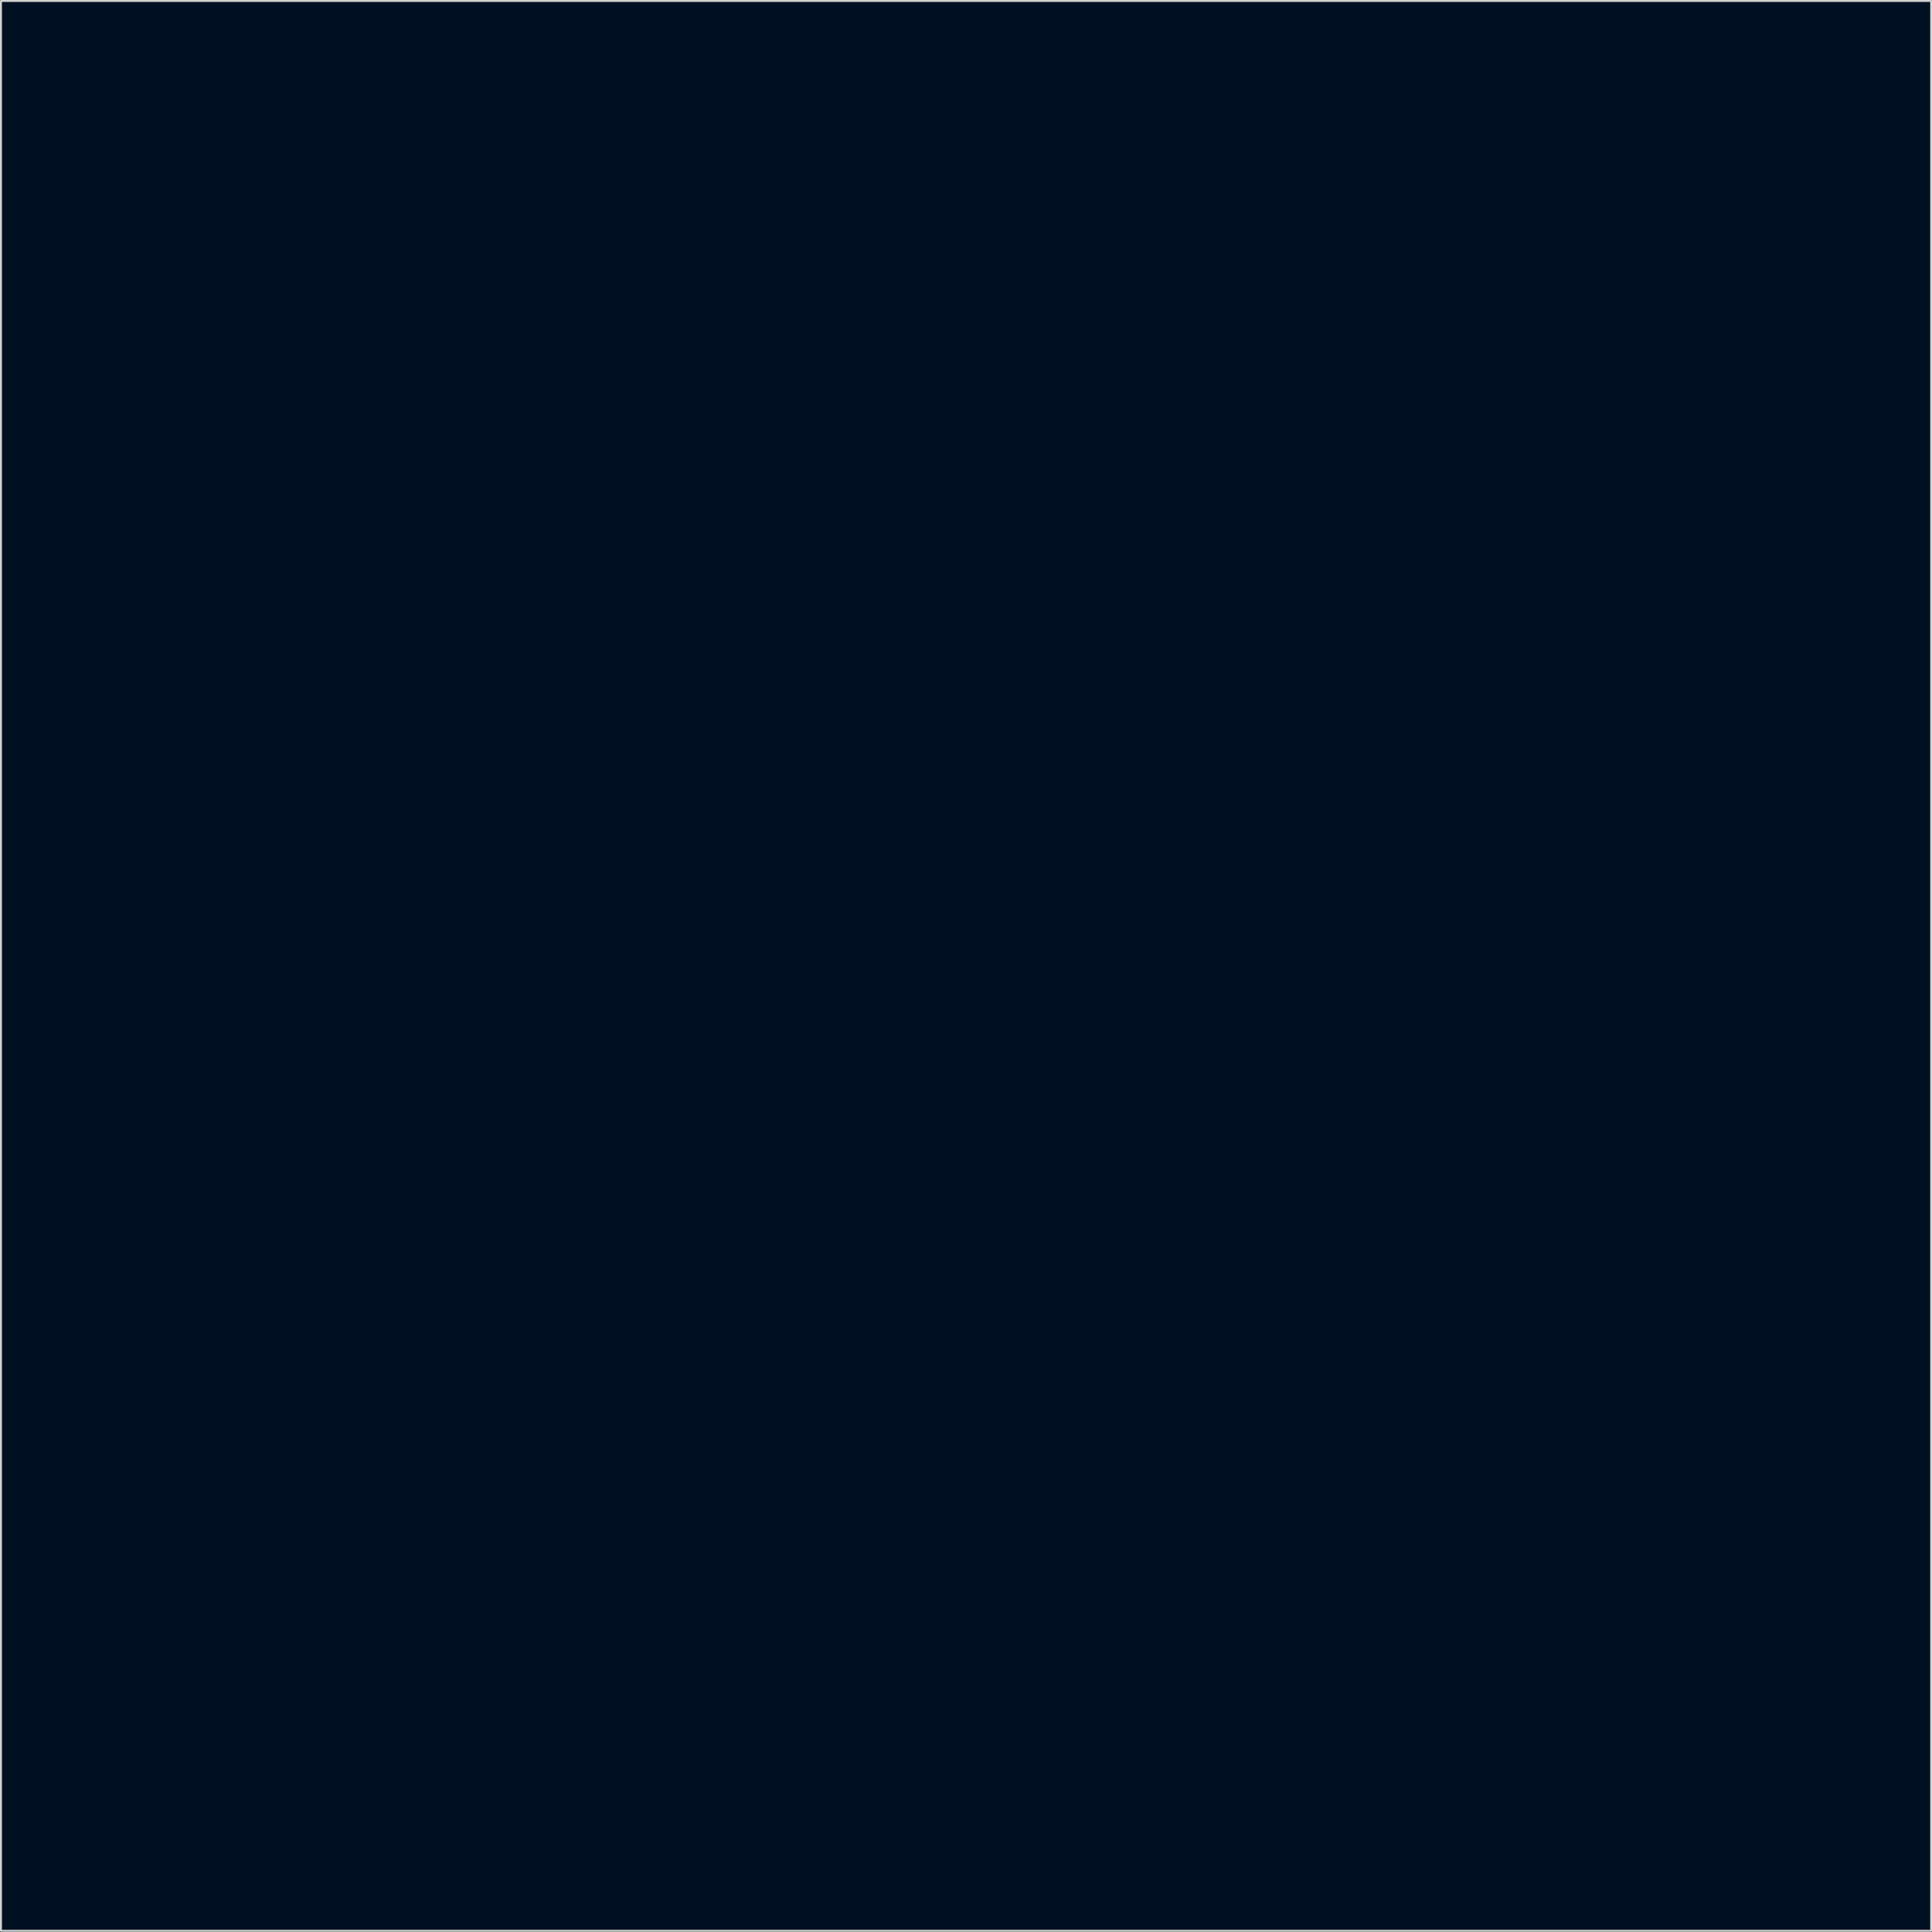
<source format=kicad_pcb>
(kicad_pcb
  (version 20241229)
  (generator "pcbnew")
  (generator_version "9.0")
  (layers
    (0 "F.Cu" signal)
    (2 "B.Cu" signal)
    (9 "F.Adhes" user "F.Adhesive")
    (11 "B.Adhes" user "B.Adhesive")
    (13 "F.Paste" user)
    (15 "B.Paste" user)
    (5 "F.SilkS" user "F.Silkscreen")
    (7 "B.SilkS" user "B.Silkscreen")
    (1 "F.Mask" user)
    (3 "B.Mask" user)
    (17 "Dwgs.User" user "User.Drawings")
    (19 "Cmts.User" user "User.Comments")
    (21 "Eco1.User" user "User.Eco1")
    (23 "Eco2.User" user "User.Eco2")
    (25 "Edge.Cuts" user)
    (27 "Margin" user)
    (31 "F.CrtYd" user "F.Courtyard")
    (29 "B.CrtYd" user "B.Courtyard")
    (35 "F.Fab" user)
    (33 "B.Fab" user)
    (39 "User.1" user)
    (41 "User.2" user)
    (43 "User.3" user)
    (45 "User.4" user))
  (footprint "Drear_Jeebus - Back Solder Mask"
    (layer "F.Cu")
    (at 47.156 47.166)
    (property "Reference" "Drear_Jeebus - Back Solder Mask" (at 0 0 0) (layer "B.Mask") (effects (font (size 1.5 1.5) (thickness 0.3))))
    (attr board_only exclude_from_pos_files exclude_from_bom)
    (fp_poly (pts (xy 4.117 -46.771) (xy 5.037 -46.358) (xy 5.856 -46.09) (xy 6.603 -45.959) (xy 6.969 -45.943) (xy 7.355 -45.951) (xy 7.614 -45.991) (xy 7.822 -46.088) (xy 8.056 -46.264) (xy 8.096 -46.297) (xy 8.338 -46.493) (xy 8.511 -46.621) (xy 8.565 -46.651) (xy 8.673 -46.607) (xy 8.9 -46.495) (xy 9.086 -46.398) (xy 9.393 -46.253) (xy 9.653 -46.162) (xy 9.752 -46.145) (xy 9.94 -46.101) (xy 10.236 -45.987) (xy 10.512 -45.857) (xy 10.869 -45.69) (xy 11.202 -45.555) (xy 11.384 -45.497) (xy 11.616 -45.423) (xy 11.969 -45.292) (xy 12.379 -45.128) (xy 12.519 -45.068) (xy 12.937 -44.896) (xy 13.25 -44.795) (xy 13.536 -44.75) (xy 13.872 -44.747) (xy 14.189 -44.763) (xy 14.673 -44.8) (xy 15.162 -44.852) (xy 15.557 -44.909) (xy 15.584 -44.914) (xy 16.14 -45.013) (xy 16.533 -45.077) (xy 16.799 -45.108) (xy 16.975 -45.108) (xy 17.097 -45.083) (xy 17.173 -45.048) (xy 17.349 -44.863) (xy 17.518 -44.531) (xy 17.663 -44.104) (xy 17.767 -43.636) (xy 17.81 -43.182) (xy 17.81 -43.142) (xy 17.839 -42.71) (xy 17.914 -42.274) (xy 17.971 -42.068) (xy 18.055 -41.767) (xy 18.081 -41.488) (xy 18.049 -41.143) (xy 18.012 -40.911) (xy 17.936 -40.467) (xy 17.863 -40.02) (xy 17.818 -39.737) (xy 17.701 -39.317) (xy 17.49 -39.035) (xy 17.482 -39.028) (xy 17.245 -38.705) (xy 17.158 -38.404) (xy 17.1 -38.04) (xy 17.042 -37.694) (xy 17.037 -37.664) (xy 17.031 -37.374) (xy 17.161 -37.134) (xy 17.217 -37.071) (xy 17.537 -36.799) (xy 17.87 -36.693) (xy 18.278 -36.737) (xy 18.414 -36.774) (xy 18.782 -36.899) (xy 19.13 -37.041) (xy 19.229 -37.089) (xy 19.595 -37.201) (xy 20.058 -37.237) (xy 20.542 -37.202) (xy 20.97 -37.1) (xy 21.222 -36.973) (xy 21.451 -36.767) (xy 21.518 -36.585) (xy 21.416 -36.397) (xy 21.138 -36.173) (xy 20.997 -36.08) (xy 20.649 -35.829) (xy 20.489 -35.626) (xy 20.517 -35.444) (xy 20.734 -35.257) (xy 20.998 -35.109) (xy 21.321 -34.907) (xy 21.588 -34.676) (xy 21.687 -34.552) (xy 21.825 -34.33) (xy 22.035 -33.997) (xy 22.277 -33.614) (xy 22.36 -33.483) (xy 22.625 -33.037) (xy 22.788 -32.684) (xy 22.874 -32.359) (xy 22.898 -32.167) (xy 23.003 -31.448) (xy 23.174 -30.917) (xy 23.368 -30.621) (xy 23.546 -30.344) (xy 23.537 -30.074) (xy 23.338 -29.785) (xy 23.224 -29.677) (xy 23.012 -29.46) (xy 22.886 -29.274) (xy 22.87 -29.217) (xy 22.955 -29.112) (xy 23.164 -28.977) (xy 23.43 -28.849) (xy 23.685 -28.76) (xy 23.816 -28.739) (xy 23.979 -28.666) (xy 24.223 -28.474) (xy 24.505 -28.204) (xy 24.783 -27.9) (xy 25.014 -27.603) (xy 25.098 -27.47) (xy 25.314 -27.142) (xy 25.548 -26.928) (xy 25.885 -26.755) (xy 25.945 -26.729) (xy 26.4 -26.498) (xy 26.752 -26.236) (xy 26.968 -25.973) (xy 27.019 -25.794) (xy 26.937 -25.571) (xy 26.73 -25.316) (xy 26.458 -25.085) (xy 26.18 -24.929) (xy 26.019 -24.894) (xy 25.8 -24.846) (xy 25.599 -24.731) (xy 25.469 -24.592) (xy 25.461 -24.472) (xy 25.489 -24.446) (xy 25.634 -24.384) (xy 25.908 -24.285) (xy 26.188 -24.193) (xy 26.616 -24.034) (xy 27.14 -23.808) (xy 27.685 -23.549) (xy 28.18 -23.292) (xy 28.531 -23.085) (xy 28.808 -22.927) (xy 29.11 -22.814) (xy 29.475 -22.738) (xy 29.943 -22.693) (xy 30.551 -22.672) (xy 30.994 -22.669) (xy 31.586 -22.666) (xy 32.017 -22.655) (xy 32.329 -22.631) (xy 32.563 -22.588) (xy 32.762 -22.522) (xy 32.966 -22.427) (xy 32.979 -22.42) (xy 33.372 -22.155) (xy 33.788 -21.771) (xy 34.162 -21.33) (xy 34.409 -20.947) (xy 34.589 -20.478) (xy 34.715 -19.893) (xy 34.777 -19.27) (xy 34.77 -18.685) (xy 34.695 -18.254) (xy 34.521 -17.832) (xy 34.274 -17.454) (xy 33.987 -17.149) (xy 33.692 -16.947) (xy 33.422 -16.876) (xy 33.25 -16.932) (xy 33.151 -17.035) (xy 33.131 -17.183) (xy 33.183 -17.442) (xy 33.201 -17.509) (xy 33.271 -17.855) (xy 33.33 -18.298) (xy 33.362 -18.671) (xy 33.373 -19.089) (xy 33.341 -19.377) (xy 33.255 -19.607) (xy 33.197 -19.708) (xy 32.993 -20.037) (xy 32.127 -20.037) (xy 31.622 -20.023) (xy 31.255 -19.974) (xy 30.963 -19.881) (xy 30.861 -19.832) (xy 30.618 -19.69) (xy 30.476 -19.569) (xy 30.46 -19.535) (xy 30.39 -19.422) (xy 30.201 -19.203) (xy 29.922 -18.906) (xy 29.584 -18.562) (xy 29.217 -18.2) (xy 28.85 -17.85) (xy 28.515 -17.542) (xy 28.242 -17.304) (xy 28.059 -17.168) (xy 28.041 -17.158) (xy 27.762 -17.067) (xy 27.39 -17.01) (xy 27.181 -17.001) (xy 26.67 -16.96) (xy 26.295 -16.844) (xy 26.082 -16.662) (xy 26.062 -16.62) (xy 26.06 -16.439) (xy 26.21 -16.256) (xy 26.529 -16.053) (xy 26.77 -15.932) (xy 27.245 -15.656) (xy 27.607 -15.343) (xy 27.839 -15.02) (xy 27.923 -14.713) (xy 27.842 -14.449) (xy 27.794 -14.393) (xy 27.691 -14.316) (xy 27.559 -14.3) (xy 27.346 -14.35) (xy 26.999 -14.47) (xy 26.185 -14.668) (xy 25.347 -14.686) (xy 24.834 -14.603) (xy 24.489 -14.486) (xy 24.18 -14.323) (xy 23.96 -14.147) (xy 23.885 -14.009) (xy 23.971 -13.887) (xy 24.194 -13.756) (xy 24.49 -13.641) (xy 24.797 -13.571) (xy 24.94 -13.56) (xy 25.183 -13.527) (xy 25.387 -13.397) (xy 25.602 -13.155) (xy 25.848 -12.889) (xy 26.069 -12.769) (xy 26.223 -12.751) (xy 26.461 -12.704) (xy 26.632 -12.531) (xy 26.695 -12.422) (xy 26.914 -12.104) (xy 27.28 -11.691) (xy 27.776 -11.202) (xy 28.382 -10.657) (xy 28.517 -10.541) (xy 28.917 -10.165) (xy 29.224 -9.779) (xy 29.504 -9.297) (xy 29.552 -9.202) (xy 29.735 -8.815) (xy 29.874 -8.475) (xy 29.947 -8.236) (xy 29.954 -8.185) (xy 30.027 -8.004) (xy 30.235 -7.713) (xy 30.56 -7.334) (xy 30.738 -7.143) (xy 31.095 -6.759) (xy 31.341 -6.462) (xy 31.51 -6.199) (xy 31.636 -5.916) (xy 31.753 -5.564) (xy 31.864 -5.163) (xy 31.945 -4.806) (xy 31.98 -4.562) (xy 31.98 -4.542) (xy 32.036 -4.327) (xy 32.187 -4.007) (xy 32.408 -3.635) (xy 32.445 -3.581) (xy 33.013 -2.653) (xy 33.487 -1.713) (xy 33.846 -0.809) (xy 34.051 -0.067) (xy 34.151 0.158) (xy 34.351 0.452) (xy 34.563 0.703) (xy 34.773 0.931) (xy 34.959 1.146) (xy 35.144 1.378) (xy 35.351 1.658) (xy 35.601 2.014) (xy 35.916 2.479) (xy 36.32 3.081) (xy 36.337 3.107) (xy 36.67 3.6) (xy 36.928 3.958) (xy 37.145 4.219) (xy 37.353 4.416) (xy 37.586 4.588) (xy 37.879 4.77) (xy 37.884 4.773) (xy 38.535 5.183) (xy 39.03 5.551) (xy 39.4 5.911) (xy 39.675 6.298) (xy 39.886 6.746) (xy 40.019 7.134) (xy 40.195 7.596) (xy 40.448 8.043) (xy 40.81 8.525) (xy 41.186 8.956) (xy 41.522 9.381) (xy 41.872 9.919) (xy 42.194 10.495) (xy 42.445 11.036) (xy 42.534 11.283) (xy 42.645 11.655) (xy 42.732 11.987) (xy 42.798 12.312) (xy 42.844 12.664) (xy 42.875 13.076) (xy 42.894 13.58) (xy 42.904 14.21) (xy 42.907 14.998) (xy 42.907 15.298) (xy 42.91 16.178) (xy 42.918 16.872) (xy 42.934 17.398) (xy 42.957 17.772) (xy 42.989 18.013) (xy 43.029 18.135) (xy 43.033 18.141) (xy 43.177 18.259) (xy 43.455 18.433) (xy 43.818 18.633) (xy 44.001 18.726) (xy 44.9 19.269) (xy 45.687 19.938) (xy 46.337 20.704) (xy 46.823 21.541) (xy 46.961 21.875) (xy 47.053 22.178) (xy 47.112 22.517) (xy 47.145 22.945) (xy 47.157 23.513) (xy 47.157 23.653) (xy 47.157 24.893) (xy 46.784 25.306) (xy 46.374 25.697) (xy 45.953 25.944) (xy 45.461 26.072) (xy 44.859 26.107) (xy 44.332 26.083) (xy 43.846 25.999) (xy 43.301 25.837) (xy 43.211 25.806) (xy 42.775 25.663) (xy 42.488 25.592) (xy 42.315 25.586) (xy 42.228 25.631) (xy 42.149 25.754) (xy 41.996 26.032) (xy 41.783 26.436) (xy 41.525 26.939) (xy 41.237 27.513) (xy 41.091 27.806) (xy 40.755 28.482) (xy 40.488 29.007) (xy 40.268 29.41) (xy 40.079 29.724) (xy 39.899 29.978) (xy 39.711 30.204) (xy 39.494 30.433) (xy 39.367 30.559) (xy 38.777 31.11) (xy 38.259 31.521) (xy 37.773 31.82) (xy 37.279 32.033) (xy 37.166 32.071) (xy 36.818 32.187) (xy 36.493 32.307) (xy 36.128 32.455) (xy 35.664 32.656) (xy 35.444 32.753) (xy 34.915 32.929) (xy 34.211 33.072) (xy 33.545 33.157) (xy 33.231 33.176) (xy 33.02 33.131) (xy 32.819 32.991) (xy 32.66 32.842) (xy 32.428 32.575) (xy 32.265 32.31) (xy 32.226 32.201) (xy 32.148 31.937) (xy 32.021 31.606) (xy 31.972 31.494) (xy 31.854 31.208) (xy 31.784 30.987) (xy 31.775 30.93) (xy 31.707 30.776) (xy 31.54 30.578) (xy 31.52 30.559) (xy 31.323 30.403) (xy 31.145 30.377) (xy 30.931 30.44) (xy 30.632 30.525) (xy 30.374 30.561) (xy 30.369 30.561) (xy 30.163 30.594) (xy 29.828 30.682) (xy 29.424 30.804) (xy 29.01 30.942) (xy 28.648 31.077) (xy 28.396 31.19) (xy 28.199 31.274) (xy 27.905 31.361) (xy 27.48 31.458) (xy 26.89 31.575) (xy 26.867 31.579) (xy 25.716 31.811) (xy 24.995 31.978) (xy 24.587 32.074) (xy 24.16 32.165) (xy 24.084 32.18) (xy 23.676 32.266) (xy 23.25 32.364) (xy 23.174 32.382) (xy 22.771 32.477) (xy 22.338 32.571) (xy 22.238 32.591) (xy 21.834 32.671) (xy 21.385 32.759) (xy 21.226 32.79) (xy 20.925 32.844) (xy 20.48 32.915) (xy 19.946 32.995) (xy 19.379 33.076) (xy 19.278 33.09) (xy 18.689 33.175) (xy 18.245 33.254) (xy 17.889 33.343) (xy 17.563 33.458) (xy 17.211 33.615) (xy 16.9 33.768) (xy 16.223 34.116) (xy 15.699 34.406) (xy 15.293 34.659) (xy 14.972 34.894) (xy 14.825 35.018) (xy 14.612 35.183) (xy 14.276 35.416) (xy 13.869 35.682) (xy 13.56 35.875) (xy 12.358 36.665) (xy 11.271 37.507) (xy 10.21 38.47) (xy 10.158 38.521) (xy 9.738 38.942) (xy 9.428 39.29) (xy 9.181 39.625) (xy 8.955 40.006) (xy 8.716 40.472) (xy 8.509 40.904) (xy 8.341 41.284) (xy 8.231 41.566) (xy 8.197 41.699) (xy 8.135 41.886) (xy 7.979 42.133) (xy 7.919 42.21) (xy 7.64 42.54) (xy 7.59 44.543) (xy 7.539 46.546) (xy 7.258 46.826) (xy 6.978 47.106) (xy 0.175 47.126) (xy -0.985 47.129) (xy -2.088 47.128) (xy -3.118 47.126) (xy -4.057 47.121) (xy -4.888 47.114) (xy -5.594 47.105) (xy -6.157 47.095) (xy -6.561 47.083) (xy -6.789 47.069) (xy -6.831 47.062) (xy -7.05 46.924) (xy -7.235 46.754) (xy -7.311 46.652) (xy -7.367 46.52) (xy -7.406 46.323) (xy -7.433 46.031) (xy -7.452 45.609) (xy -7.467 45.026) (xy -7.47 44.852) (xy -7.503 43.175) (xy -7.947 42.609) (xy -8.183 42.345) (xy -8.539 41.994) (xy -8.973 41.593) (xy -9.446 41.18) (xy -9.682 40.982) (xy -10.158 40.589) (xy -10.616 40.205) (xy -11.018 39.864) (xy -11.324 39.6) (xy -11.431 39.504) (xy -11.845 39.163) (xy -12.387 38.767) (xy -13.007 38.351) (xy -13.652 37.949) (xy -14.228 37.62) (xy -14.641 37.394) (xy -15.055 37.162) (xy -15.38 36.975) (xy -15.382 36.974) (xy -15.779 36.77) (xy -16.313 36.539) (xy -16.949 36.291) (xy -17.655 36.038) (xy -18.395 35.79) (xy -19.137 35.558) (xy -19.845 35.353) (xy -20.485 35.185) (xy -21.025 35.066) (xy -21.43 35.006) (xy -21.58 35.002) (xy -22.268 35.032) (xy -22.854 35.035) (xy -23.436 35.01) (xy -23.933 34.971) (xy -24.33 34.941) (xy -24.878 34.908) (xy -25.526 34.874) (xy -26.222 34.842) (xy -26.867 34.816) (xy -27.514 34.787) (xy -28.114 34.75) (xy -28.631 34.708) (xy -29.025 34.665) (xy -29.259 34.624) (xy -29.27 34.62) (xy -29.658 34.4) (xy -29.884 34.153) (xy -30.113 33.865) (xy -30.365 33.614) (xy -30.396 33.589) (xy -30.776 33.357) (xy -31.25 33.158) (xy -31.727 33.025) (xy -32.045 32.99) (xy -32.254 32.969) (xy -32.444 32.888) (xy -32.664 32.714) (xy -32.963 32.418) (xy -32.98 32.401) (xy -33.282 32.099) (xy -33.519 31.909) (xy -33.757 31.795) (xy -34.063 31.715) (xy -34.204 31.687) (xy -34.662 31.592) (xy -35.143 31.48) (xy -35.418 31.409) (xy -35.865 31.288) (xy -36.346 31.159) (xy -36.531 31.11) (xy -37.102 30.922) (xy -37.729 30.657) (xy -38.358 30.342) (xy -38.935 30.006) (xy -39.407 29.677) (xy -39.635 29.477) (xy -39.923 29.141) (xy -40.269 28.668) (xy -40.645 28.1) (xy -41.022 27.485) (xy -41.373 26.865) (xy -41.667 26.286) (xy -41.686 26.247) (xy -41.847 25.924) (xy -41.988 25.678) (xy -42.076 25.565) (xy -42.224 25.56) (xy -42.482 25.621) (xy -42.618 25.667) (xy -43.17 25.836) (xy -43.793 25.966) (xy -44.43 26.051) (xy -45.025 26.085) (xy -45.521 26.061) (xy -45.757 26.014) (xy -46.279 25.759) (xy -46.721 25.349) (xy -46.959 24.987) (xy -47.059 24.742) (xy -47.12 24.452) (xy -47.15 24.061) (xy -47.156 23.608) (xy -47.141 23.081) (xy -47.086 22.644) (xy -46.973 22.243) (xy -46.783 21.826) (xy -46.498 21.338) (xy -46.247 20.947) (xy -45.764 20.279) (xy -45.246 19.712) (xy -44.652 19.207) (xy -43.938 18.729) (xy -43.21 18.318) (xy -42.35 17.861) (xy -42.278 16.394) (xy -42.225 15.43) (xy -42.164 14.463) (xy -42.095 13.52) (xy -42.022 12.629) (xy -41.947 11.818) (xy -41.873 11.117) (xy -41.802 10.552) (xy -41.736 10.153) (xy -41.718 10.069) (xy -41.584 9.649) (xy -41.355 9.09) (xy -41.047 8.421) (xy -40.674 7.672) (xy -40.253 6.872) (xy -39.798 6.053) (xy -39.326 5.244) (xy -38.9 4.554) (xy -38.61 4.088) (xy -38.323 3.609) (xy -38.079 3.189) (xy -37.966 2.985) (xy -37.72 2.595) (xy -37.448 2.272) (xy -37.289 2.138) (xy -36.971 1.865) (xy -36.605 1.445) (xy -36.18 0.863) (xy -35.72 0.161) (xy -35.428 -0.283) (xy -35.095 -0.756) (xy -34.794 -1.158) (xy -34.787 -1.168) (xy -34.184 -2.046) (xy -33.703 -2.984) (xy -33.494 -3.531) (xy -33.363 -3.898) (xy -33.184 -4.363) (xy -32.99 -4.837) (xy -32.946 -4.941) (xy -32.785 -5.335) (xy -32.661 -5.67) (xy -32.592 -5.896) (xy -32.585 -5.946) (xy -32.557 -6.156) (xy -32.491 -6.419) (xy -32.328 -7.011) (xy -32.244 -7.453) (xy -32.235 -7.78) (xy -32.298 -8.026) (xy -32.316 -8.062) (xy -32.447 -8.241) (xy -32.694 -8.523) (xy -33.023 -8.872) (xy -33.4 -9.256) (xy -33.791 -9.639) (xy -34.163 -9.99) (xy -34.481 -10.272) (xy -34.711 -10.454) (xy -34.731 -10.467) (xy -34.995 -10.7) (xy -35.321 -11.086) (xy -35.69 -11.591) (xy -36.083 -12.184) (xy -36.48 -12.831) (xy -36.862 -13.5) (xy -37.209 -14.159) (xy -37.504 -14.774) (xy -37.725 -15.313) (xy -37.855 -15.743) (xy -37.864 -15.786) (xy -37.932 -16.166) (xy -38.008 -16.606) (xy -38.041 -16.798) (xy -38.129 -17.189) (xy -38.265 -17.658) (xy -38.405 -18.063) (xy -38.638 -18.673) (xy -38.809 -19.132) (xy -38.928 -19.477) (xy -39.001 -19.746) (xy -39.039 -19.979) (xy -39.049 -20.212) (xy -39.04 -20.484) (xy -39.021 -20.82) (xy -38.998 -21.279) (xy -38.981 -21.69) (xy -38.973 -21.993) (xy -38.973 -22.086) (xy -38.979 -22.507) (xy -38.983 -23.056) (xy -38.985 -23.698) (xy -38.985 -24.4) (xy -38.983 -25.128) (xy -38.979 -25.849) (xy -38.974 -26.528) (xy -38.967 -27.131) (xy -38.959 -27.626) (xy -38.95 -27.979) (xy -38.942 -28.132) (xy -38.968 -28.785) (xy -39.08 -29.193) (xy -39.246 -29.821) (xy -39.246 -30.337) (xy -39.079 -30.743) (xy -38.975 -30.865) (xy -38.596 -31.12) (xy -38.138 -31.249) (xy -37.698 -31.228) (xy -37.389 -31.08) (xy -37.058 -30.816) (xy -36.775 -30.5) (xy -36.633 -30.258) (xy -36.516 -30.024) (xy -36.437 -29.977) (xy -36.393 -30.121) (xy -36.383 -30.459) (xy -36.402 -30.911) (xy -36.424 -31.39) (xy -36.418 -31.716) (xy -36.38 -31.937) (xy -36.305 -32.103) (xy -36.292 -32.123) (xy -35.961 -32.451) (xy -35.441 -32.714) (xy -34.734 -32.911) (xy -34.153 -33.007) (xy -32.744 -33.165) (xy -31.385 -33.266) (xy -30.019 -33.312) (xy -28.591 -33.304) (xy -27.043 -33.244) (xy -26.463 -33.211) (xy -25.688 -33.159) (xy -25.086 -33.107) (xy -24.627 -33.045) (xy -24.283 -32.969) (xy -24.023 -32.871) (xy -23.818 -32.744) (xy -23.64 -32.581) (xy -23.601 -32.539) (xy -23.264 -32.171) (xy -23.32 -30.025) (xy -23.348 -28.958) (xy -23.371 -28.075) (xy -23.388 -27.36) (xy -23.4 -26.795) (xy -23.405 -26.363) (xy -23.404 -26.047) (xy -23.397 -25.828) (xy -23.384 -25.69) (xy -23.363 -25.615) (xy -23.336 -25.586) (xy -23.302 -25.586) (xy -23.275 -25.593) (xy -23.097 -25.622) (xy -22.791 -25.655) (xy -22.496 -25.68) (xy -22.103 -25.694) (xy -21.826 -25.654) (xy -21.581 -25.547) (xy -21.509 -25.504) (xy -21.239 -25.307) (xy -21.027 -25.103) (xy -20.998 -25.066) (xy -20.868 -24.722) (xy -20.861 -24.276) (xy -20.971 -23.785) (xy -21.105 -23.467) (xy -21.258 -23.128) (xy -21.437 -22.679) (xy -21.609 -22.199) (xy -21.655 -22.064) (xy -21.849 -21.526) (xy -22.093 -20.929) (xy -22.339 -20.391) (xy -22.372 -20.325) (xy -22.638 -19.777) (xy -22.84 -19.295) (xy -22.989 -18.838) (xy -23.094 -18.359) (xy -23.165 -17.815) (xy -23.21 -17.161) (xy -23.24 -16.354) (xy -23.242 -16.266) (xy -23.256 -15.658) (xy -23.259 -15.223) (xy -23.25 -14.931) (xy -23.225 -14.75) (xy -23.182 -14.653) (xy -23.12 -14.607) (xy -23.118 -14.607) (xy -22.963 -14.613) (xy -22.659 -14.678) (xy -22.249 -14.79) (xy -21.773 -14.939) (xy -21.703 -14.962) (xy -21.219 -15.12) (xy -20.792 -15.251) (xy -20.466 -15.343) (xy -20.282 -15.381) (xy -20.271 -15.382) (xy -20.062 -15.433) (xy -19.801 -15.558) (xy -19.777 -15.572) (xy -19.625 -15.673) (xy -19.533 -15.782) (xy -19.483 -15.95) (xy -19.461 -16.226) (xy -19.452 -16.609) (xy -19.392 -17.321) (xy -19.247 -17.96) (xy -19.03 -18.48) (xy -18.823 -18.771) (xy -18.612 -18.937) (xy -18.297 -19.122) (xy -18.086 -19.222) (xy -17.69 -19.397) (xy -17.446 -19.518) (xy -17.322 -19.609) (xy -17.282 -19.695) (xy -17.292 -19.798) (xy -17.318 -19.994) (xy -17.349 -20.317) (xy -17.376 -20.658) (xy -17.388 -21.088) (xy -17.345 -21.405) (xy -17.236 -21.692) (xy -17.217 -21.73) (xy -17.058 -21.996) (xy -16.863 -22.202) (xy -16.588 -22.382) (xy -16.185 -22.57) (xy -15.952 -22.666) (xy -15.466 -22.928) (xy -15.137 -23.254) (xy -14.985 -23.623) (xy -14.977 -23.732) (xy -14.938 -23.955) (xy -14.834 -24.301) (xy -14.688 -24.708) (xy -14.518 -25.114) (xy -14.471 -25.216) (xy -14.391 -25.475) (xy -14.443 -25.681) (xy -14.65 -25.873) (xy -14.966 -26.052) (xy -15.263 -26.252) (xy -15.639 -26.577) (xy -16.058 -26.986) (xy -16.481 -27.44) (xy -16.87 -27.897) (xy -17.19 -28.317) (xy -17.401 -28.661) (xy -17.415 -28.689) (xy -17.575 -29.232) (xy -17.612 -29.86) (xy -17.527 -30.497) (xy -17.35 -31.017) (xy -17.037 -31.514) (xy -16.649 -31.827) (xy -16.17 -31.968) (xy -15.976 -31.978) (xy -15.614 -31.999) (xy -15.278 -32.053) (xy -15.217 -32.068) (xy -14.832 -32.105) (xy -14.435 -32.051) (xy -13.945 -32.012) (xy -13.475 -32.101) (xy -13.092 -32.302) (xy -12.993 -32.395) (xy -12.915 -32.502) (xy -12.914 -32.611) (xy -13.009 -32.767) (xy -13.218 -33.013) (xy -13.295 -33.098) (xy -13.763 -33.619) (xy -13.763 -34.574) (xy -13.749 -35.124) (xy -13.703 -35.517) (xy -13.621 -35.795) (xy -13.592 -35.853) (xy -13.476 -36.152) (xy -13.378 -36.532) (xy -13.349 -36.699) (xy -13.248 -37.201) (xy -13.079 -37.577) (xy -12.803 -37.89) (xy -12.378 -38.203) (xy -11.932 -38.504) (xy -11.617 -38.751) (xy -11.386 -38.994) (xy -11.195 -39.281) (xy -11 -39.66) (xy -10.964 -39.735) (xy -10.69 -40.23) (xy -10.407 -40.6) (xy -10.272 -40.724) (xy -10.044 -40.934) (xy -9.757 -41.249) (xy -9.467 -41.606) (xy -9.42 -41.669) (xy -8.837 -42.349) (xy -8.092 -43.049) (xy -7.218 -43.74) (xy -6.551 -44.2) (xy -5.804 -44.686) (xy -5.207 -45.07) (xy -4.741 -45.366) (xy -4.386 -45.583) (xy -4.124 -45.735) (xy -3.936 -45.831) (xy -3.802 -45.884) (xy -3.744 -45.899) (xy -3.466 -45.968) (xy -3.109 -46.085) (xy -2.631 -46.266) (xy -2.378 -46.367) (xy -1.793 -46.599) (xy -1.311 -46.774) (xy -0.885 -46.901) (xy -0.47 -46.99) (xy -0.018 -47.049) (xy 0.517 -47.087) (xy 1.181 -47.112) (xy 1.638 -47.124) (xy 3.326 -47.166)) (stroke (width 0) (type solid)) (fill yes) (layer "B.Mask")))
  (gr_rect
    (start -3 -3)
    (end 97.313 97.295)
    (stroke (width 0.1) (type default))
    (fill no)
    (layer "Edge.Cuts")))
</source>
